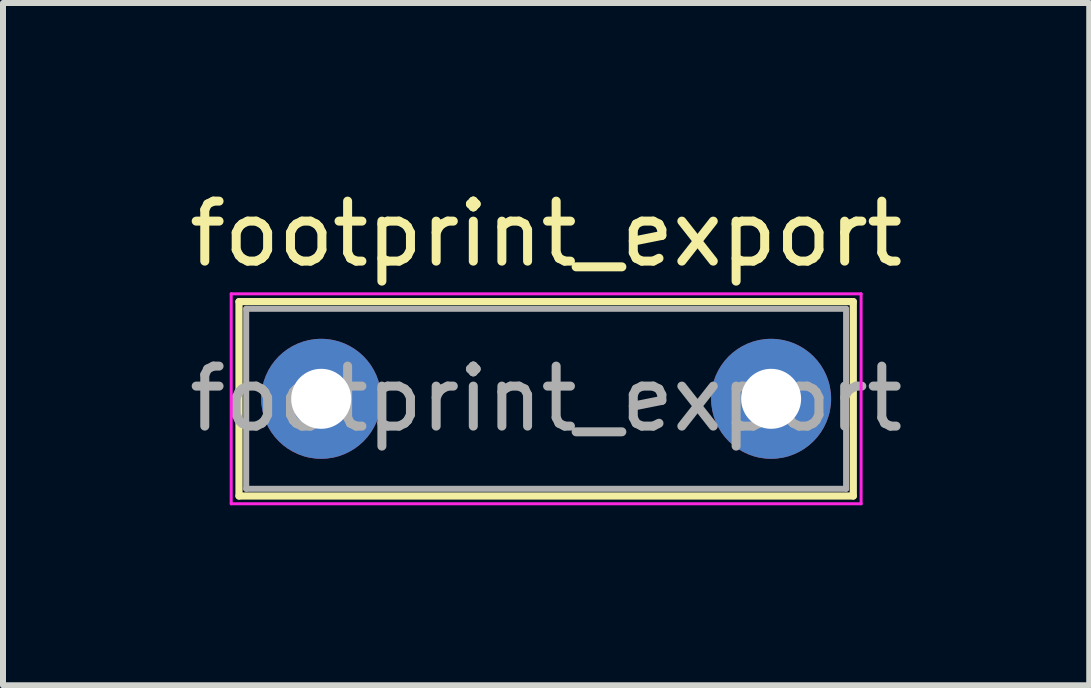
<source format=kicad_pcb>
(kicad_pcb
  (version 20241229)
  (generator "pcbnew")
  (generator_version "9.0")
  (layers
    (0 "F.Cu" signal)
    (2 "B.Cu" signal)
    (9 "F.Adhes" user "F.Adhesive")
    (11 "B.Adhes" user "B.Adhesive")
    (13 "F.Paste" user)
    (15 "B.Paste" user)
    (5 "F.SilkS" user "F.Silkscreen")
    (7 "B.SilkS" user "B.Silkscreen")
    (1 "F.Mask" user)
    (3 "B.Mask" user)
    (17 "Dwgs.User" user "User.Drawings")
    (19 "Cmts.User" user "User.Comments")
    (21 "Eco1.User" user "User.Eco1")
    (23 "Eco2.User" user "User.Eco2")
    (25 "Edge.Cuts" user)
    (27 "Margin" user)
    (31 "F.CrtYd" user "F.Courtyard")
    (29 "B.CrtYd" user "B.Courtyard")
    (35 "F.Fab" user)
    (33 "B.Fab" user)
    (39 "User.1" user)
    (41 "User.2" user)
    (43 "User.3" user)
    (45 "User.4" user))
  (footprint "footprint_export"
    (layer "F.Cu")
    (at 2.304 3.598)
    (property "Reference" "footprint_export" (at 3.75 -2.75 0) (layer "F.SilkS") (effects (font (size 1 1) (thickness 0.15))))
    (attr through_hole)
    (fp_line (start -1.37 -1.62) (end -1.37 1.62) (stroke (width 0.12) (type solid)) (layer "F.SilkS"))
    (fp_line (start -1.37 -1.62) (end 8.87 -1.62) (stroke (width 0.12) (type solid)) (layer "F.SilkS"))
    (fp_line (start -1.37 1.62) (end 8.87 1.62) (stroke (width 0.12) (type solid)) (layer "F.SilkS"))
    (fp_line (start 8.87 -1.62) (end 8.87 1.62) (stroke (width 0.12) (type solid)) (layer "F.SilkS"))
    (fp_line (start -1.5 -1.75) (end -1.5 1.75) (stroke (width 0.05) (type solid)) (layer "F.CrtYd"))
    (fp_line (start -1.5 1.75) (end 9 1.75) (stroke (width 0.05) (type solid)) (layer "F.CrtYd"))
    (fp_line (start 9 -1.75) (end -1.5 -1.75) (stroke (width 0.05) (type solid)) (layer "F.CrtYd"))
    (fp_line (start 9 1.75) (end 9 -1.75) (stroke (width 0.05) (type solid)) (layer "F.CrtYd"))
    (fp_line (start -1.25 -1.5) (end -1.25 1.5) (stroke (width 0.1) (type solid)) (layer "F.Fab"))
    (fp_line (start -1.25 1.5) (end 8.75 1.5) (stroke (width 0.1) (type solid)) (layer "F.Fab"))
    (fp_line (start 8.75 -1.5) (end -1.25 -1.5) (stroke (width 0.1) (type solid)) (layer "F.Fab"))
    (fp_line (start 8.75 1.5) (end 8.75 -1.5) (stroke (width 0.1) (type solid)) (layer "F.Fab"))
    (fp_text user "${REFERENCE}" (at 3.75 0 0) (layer "F.Fab") (effects (font (size 1 1) (thickness 0.15))))
    (pad "1" thru_hole circle (at 0 0) (size 2 2) (drill 1) (layers "*.Cu" "*.Mask"))
    (pad "2" thru_hole circle (at 7.5 0) (size 2 2) (drill 1) (layers "*.Cu" "*.Mask")))
  (gr_rect
    (start -3 -3)
    (end 15.107 8.373)
    (stroke (width 0.1) (type default))
    (fill no)
    (layer "Edge.Cuts")))
</source>
